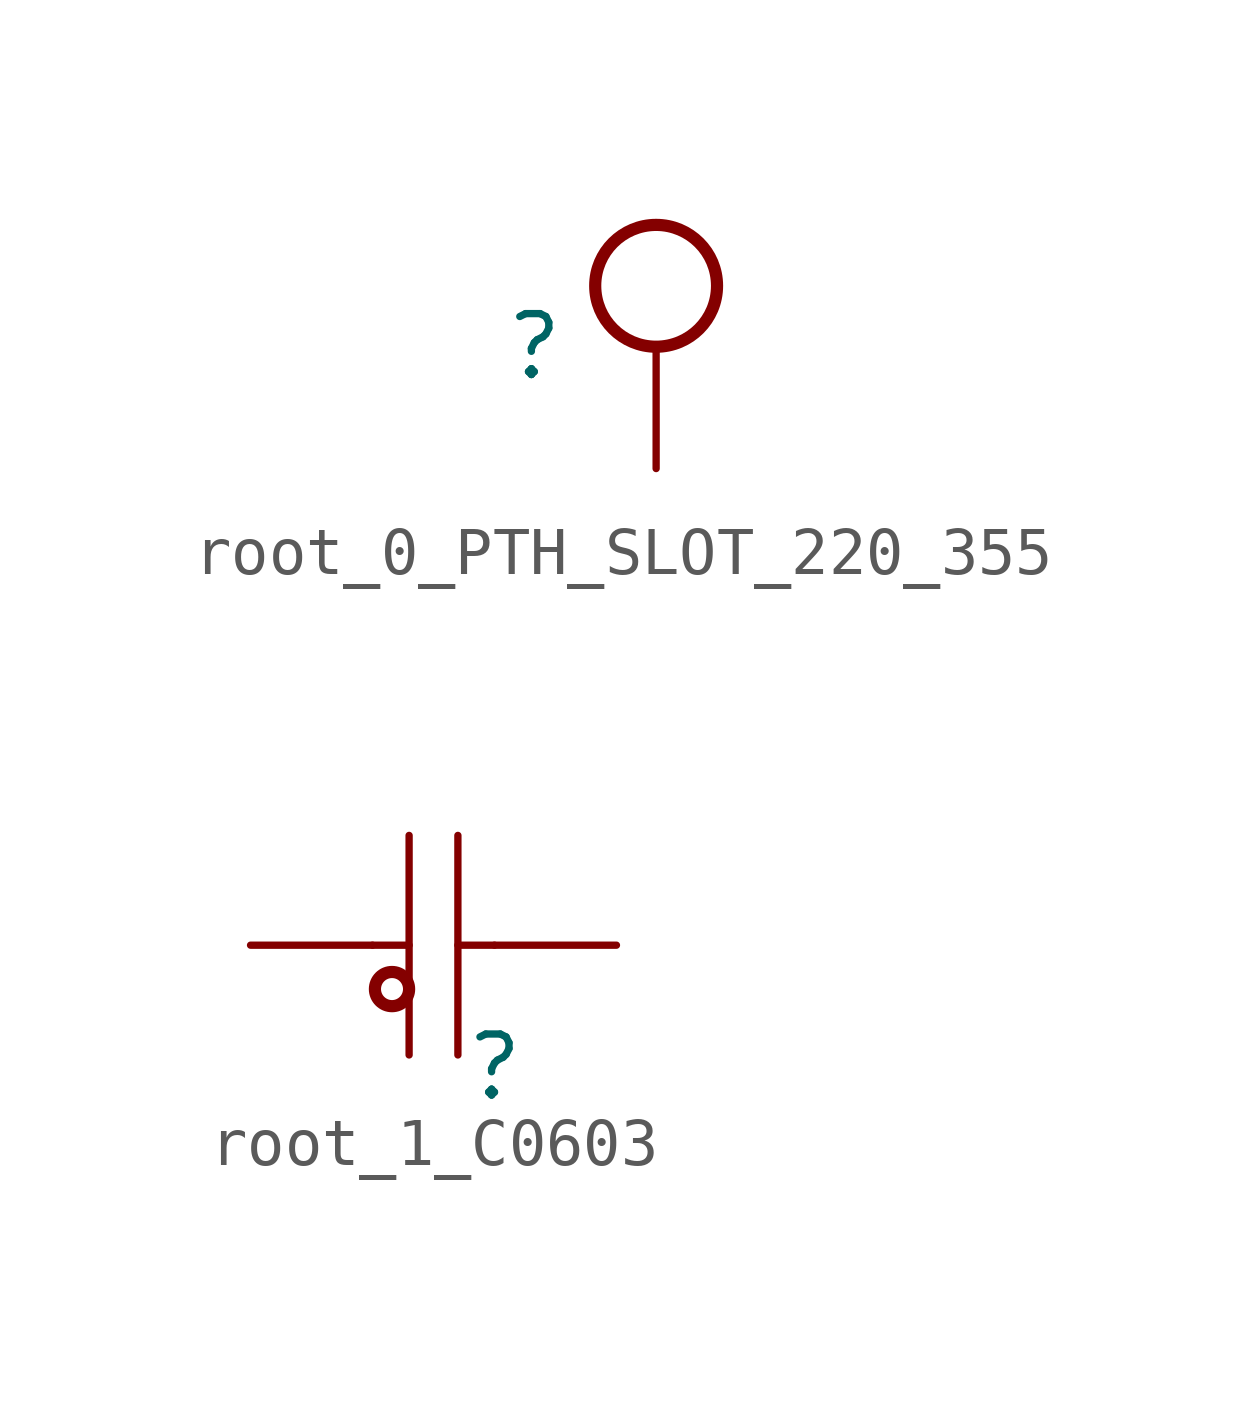
<source format=kicad_sym>
(kicad_symbol_lib
  (version 20220914)
  (generator kicad_symbol_editor)
  (symbol "root_0_PTH_SLOT_220_355"
    (property "Reference" ""
      (at 0 0 0)
      (effects (font (size 1.27 1.27))))
    (property "Value" ""
      (at 0 0 0)
      (effects (font (size 1.27 1.27))))
    (symbol "root_0_PTH_SLOT_220_355_1_0"
      (circle (center 2.54 1.27) (radius 1.27) (stroke (width 0.254) (type solid)) (fill (type none)))
      (pin passive line (at 2.54 -2.54 90) (length 2.54) (name "1" (effects (font (size 0 0)))) (number "1" (effects (font (size 0 0)))))))
  (symbol "root_1_C0603"
    (property "Reference" ""
      (at 0 0 0)
      (effects (font (size 1.27 1.27))))
    (property "Value" ""
      (at 0 0 0)
      (effects (font (size 1.27 1.27))))
    (symbol "root_1_C0603_1_0"
      (circle (center -2.134 1.626) (radius 0.356) (stroke (width 0.254) (type solid)) (fill (type none)))
      (polyline (pts (xy -2.54 2.54) (xy -1.778 2.54)) (stroke (width 0) (type solid)) (fill (type none)))
      (polyline (pts (xy -1.778 0.254) (xy -1.778 4.826)) (stroke (width 0) (type solid)) (fill (type none)))
      (polyline (pts (xy -0.762 0.254) (xy -0.762 4.826)) (stroke (width 0) (type solid)) (fill (type none)))
      (polyline (pts (xy 0 2.54) (xy -0.762 2.54)) (stroke (width 0) (type solid)) (fill (type none)))
      (pin passive line (at -5.08 2.54 0) (length 2.54) (name "1" (effects (font (size 0 0)))) (number "1" (effects (font (size 0 0)))))
      (pin passive line (at 2.54 2.54 180) (length 2.54) (name "2" (effects (font (size 0 0)))) (number "2" (effects (font (size 0 0))))))))
</source>
